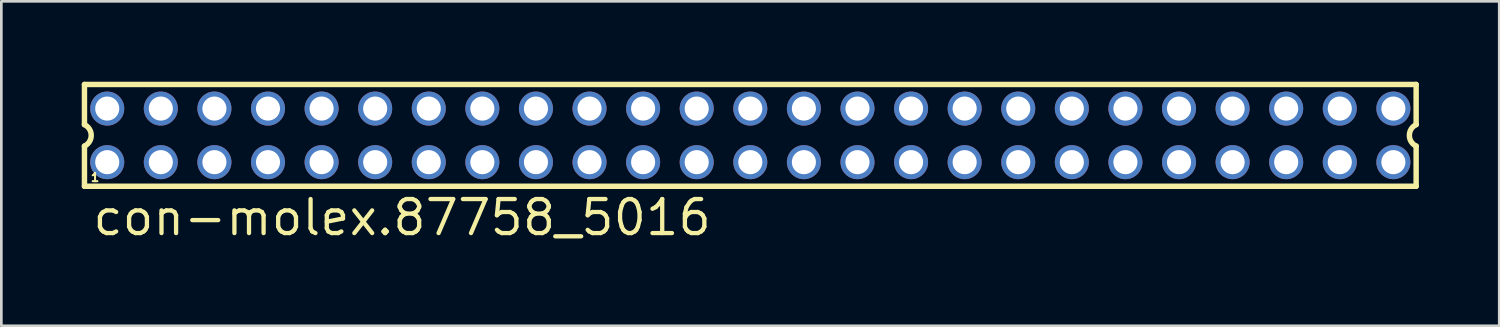
<source format=kicad_pcb>
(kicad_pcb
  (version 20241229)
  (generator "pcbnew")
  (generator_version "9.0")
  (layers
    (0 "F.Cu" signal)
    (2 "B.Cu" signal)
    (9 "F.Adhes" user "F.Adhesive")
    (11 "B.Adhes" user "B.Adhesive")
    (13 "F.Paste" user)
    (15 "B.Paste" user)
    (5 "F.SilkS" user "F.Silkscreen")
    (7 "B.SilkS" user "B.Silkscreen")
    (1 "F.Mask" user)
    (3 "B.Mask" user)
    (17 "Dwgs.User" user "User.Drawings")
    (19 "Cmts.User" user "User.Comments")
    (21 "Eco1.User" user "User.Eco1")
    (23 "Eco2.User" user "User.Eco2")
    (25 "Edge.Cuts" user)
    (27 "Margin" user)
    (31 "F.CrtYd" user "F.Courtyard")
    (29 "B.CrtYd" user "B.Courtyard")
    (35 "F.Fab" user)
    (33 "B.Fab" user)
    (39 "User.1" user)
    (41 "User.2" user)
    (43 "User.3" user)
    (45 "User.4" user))
  (footprint "con-molex.87758_5016"
    (layer "F.Cu")
    (at 24.952 2.002)
    (property "Reference" "con-molex.87758_5016" (at -24.62 3.81 0) (layer "F.SilkS") (effects (font (size 1.27 1.27) (thickness 0.16)) (justify left bottom)))
    (attr through_hole)
    (fp_line (start -24.85 -1.9) (end -24.85 -0.4) (stroke (width 0.203) (type default)) (layer "F.SilkS"))
    (fp_line (start -24.85 0.4) (end -24.85 1.9) (stroke (width 0.203) (type default)) (layer "F.SilkS"))
    (fp_line (start -24.85 1.9) (end 24.85 1.9) (stroke (width 0.203) (type default)) (layer "F.SilkS"))
    (fp_line (start 24.85 -1.9) (end -24.85 -1.9) (stroke (width 0.203) (type default)) (layer "F.SilkS"))
    (fp_line (start 24.85 -0.4) (end 24.85 -1.9) (stroke (width 0.203) (type default)) (layer "F.SilkS"))
    (fp_line (start 24.85 1.9) (end 24.85 0.4) (stroke (width 0.203) (type default)) (layer "F.SilkS"))
    (fp_arc (start -24.85 -0.4) (mid -24.597168 0) (end -24.85 0.4) (stroke (width 0.2032) (type default)) (layer "F.SilkS"))
    (fp_arc (start 24.85 0.4) (mid 24.597168 0) (end 24.85 -0.4) (stroke (width 0.2032) (type default)) (layer "F.SilkS"))
    (fp_rect (start -24.25 -0.75) (end -23.75 -1.25) (stroke (width 0.05) (type default)) (fill no) (layer "F.Fab"))
    (fp_rect (start -24.25 1.25) (end -23.75 0.75) (stroke (width 0.05) (type default)) (fill no) (layer "F.Fab"))
    (fp_rect (start -22.25 -0.75) (end -21.75 -1.25) (stroke (width 0.05) (type default)) (fill no) (layer "F.Fab"))
    (fp_rect (start -22.25 1.25) (end -21.75 0.75) (stroke (width 0.05) (type default)) (fill no) (layer "F.Fab"))
    (fp_rect (start -20.25 -0.75) (end -19.75 -1.25) (stroke (width 0.05) (type default)) (fill no) (layer "F.Fab"))
    (fp_rect (start -20.25 1.25) (end -19.75 0.75) (stroke (width 0.05) (type default)) (fill no) (layer "F.Fab"))
    (fp_rect (start -18.25 -0.75) (end -17.75 -1.25) (stroke (width 0.05) (type default)) (fill no) (layer "F.Fab"))
    (fp_rect (start -18.25 1.25) (end -17.75 0.75) (stroke (width 0.05) (type default)) (fill no) (layer "F.Fab"))
    (fp_rect (start -16.25 -0.75) (end -15.75 -1.25) (stroke (width 0.05) (type default)) (fill no) (layer "F.Fab"))
    (fp_rect (start -16.25 1.25) (end -15.75 0.75) (stroke (width 0.05) (type default)) (fill no) (layer "F.Fab"))
    (fp_rect (start -14.25 -0.75) (end -13.75 -1.25) (stroke (width 0.05) (type default)) (fill no) (layer "F.Fab"))
    (fp_rect (start -14.25 1.25) (end -13.75 0.75) (stroke (width 0.05) (type default)) (fill no) (layer "F.Fab"))
    (fp_rect (start -12.25 -0.75) (end -11.75 -1.25) (stroke (width 0.05) (type default)) (fill no) (layer "F.Fab"))
    (fp_rect (start -12.25 1.25) (end -11.75 0.75) (stroke (width 0.05) (type default)) (fill no) (layer "F.Fab"))
    (fp_rect (start -10.25 -0.75) (end -9.75 -1.25) (stroke (width 0.05) (type default)) (fill no) (layer "F.Fab"))
    (fp_rect (start -10.25 1.25) (end -9.75 0.75) (stroke (width 0.05) (type default)) (fill no) (layer "F.Fab"))
    (fp_rect (start -8.25 -0.75) (end -7.75 -1.25) (stroke (width 0.05) (type default)) (fill no) (layer "F.Fab"))
    (fp_rect (start -8.25 1.25) (end -7.75 0.75) (stroke (width 0.05) (type default)) (fill no) (layer "F.Fab"))
    (fp_rect (start -6.25 -0.75) (end -5.75 -1.25) (stroke (width 0.05) (type default)) (fill no) (layer "F.Fab"))
    (fp_rect (start -6.25 1.25) (end -5.75 0.75) (stroke (width 0.05) (type default)) (fill no) (layer "F.Fab"))
    (fp_rect (start -4.25 -0.75) (end -3.75 -1.25) (stroke (width 0.05) (type default)) (fill no) (layer "F.Fab"))
    (fp_rect (start -4.25 1.25) (end -3.75 0.75) (stroke (width 0.05) (type default)) (fill no) (layer "F.Fab"))
    (fp_rect (start -2.25 -0.75) (end -1.75 -1.25) (stroke (width 0.05) (type default)) (fill no) (layer "F.Fab"))
    (fp_rect (start -2.25 1.25) (end -1.75 0.75) (stroke (width 0.05) (type default)) (fill no) (layer "F.Fab"))
    (fp_rect (start -0.25 -0.75) (end 0.25 -1.25) (stroke (width 0.05) (type default)) (fill no) (layer "F.Fab"))
    (fp_rect (start -0.25 1.25) (end 0.25 0.75) (stroke (width 0.05) (type default)) (fill no) (layer "F.Fab"))
    (fp_rect (start 1.75 -0.75) (end 2.25 -1.25) (stroke (width 0.05) (type default)) (fill no) (layer "F.Fab"))
    (fp_rect (start 1.75 1.25) (end 2.25 0.75) (stroke (width 0.05) (type default)) (fill no) (layer "F.Fab"))
    (fp_rect (start 3.75 -0.75) (end 4.25 -1.25) (stroke (width 0.05) (type default)) (fill no) (layer "F.Fab"))
    (fp_rect (start 3.75 1.25) (end 4.25 0.75) (stroke (width 0.05) (type default)) (fill no) (layer "F.Fab"))
    (fp_rect (start 5.75 -0.75) (end 6.25 -1.25) (stroke (width 0.05) (type default)) (fill no) (layer "F.Fab"))
    (fp_rect (start 5.75 1.25) (end 6.25 0.75) (stroke (width 0.05) (type default)) (fill no) (layer "F.Fab"))
    (fp_rect (start 7.75 -0.75) (end 8.25 -1.25) (stroke (width 0.05) (type default)) (fill no) (layer "F.Fab"))
    (fp_rect (start 7.75 1.25) (end 8.25 0.75) (stroke (width 0.05) (type default)) (fill no) (layer "F.Fab"))
    (fp_rect (start 9.75 -0.75) (end 10.25 -1.25) (stroke (width 0.05) (type default)) (fill no) (layer "F.Fab"))
    (fp_rect (start 9.75 1.25) (end 10.25 0.75) (stroke (width 0.05) (type default)) (fill no) (layer "F.Fab"))
    (fp_rect (start 11.75 -0.75) (end 12.25 -1.25) (stroke (width 0.05) (type default)) (fill no) (layer "F.Fab"))
    (fp_rect (start 11.75 1.25) (end 12.25 0.75) (stroke (width 0.05) (type default)) (fill no) (layer "F.Fab"))
    (fp_rect (start 13.75 -0.75) (end 14.25 -1.25) (stroke (width 0.05) (type default)) (fill no) (layer "F.Fab"))
    (fp_rect (start 13.75 1.25) (end 14.25 0.75) (stroke (width 0.05) (type default)) (fill no) (layer "F.Fab"))
    (fp_rect (start 15.75 -0.75) (end 16.25 -1.25) (stroke (width 0.05) (type default)) (fill no) (layer "F.Fab"))
    (fp_rect (start 15.75 1.25) (end 16.25 0.75) (stroke (width 0.05) (type default)) (fill no) (layer "F.Fab"))
    (fp_rect (start 17.75 -0.75) (end 18.25 -1.25) (stroke (width 0.05) (type default)) (fill no) (layer "F.Fab"))
    (fp_rect (start 17.75 1.25) (end 18.25 0.75) (stroke (width 0.05) (type default)) (fill no) (layer "F.Fab"))
    (fp_rect (start 19.75 -0.75) (end 20.25 -1.25) (stroke (width 0.05) (type default)) (fill no) (layer "F.Fab"))
    (fp_rect (start 19.75 1.25) (end 20.25 0.75) (stroke (width 0.05) (type default)) (fill no) (layer "F.Fab"))
    (fp_rect (start 21.75 -0.75) (end 22.25 -1.25) (stroke (width 0.05) (type default)) (fill no) (layer "F.Fab"))
    (fp_rect (start 21.75 1.25) (end 22.25 0.75) (stroke (width 0.05) (type default)) (fill no) (layer "F.Fab"))
    (fp_rect (start 23.75 -0.75) (end 24.25 -1.25) (stroke (width 0.05) (type default)) (fill no) (layer "F.Fab"))
    (fp_rect (start 23.75 1.25) (end 24.25 0.75) (stroke (width 0.05) (type default)) (fill no) (layer "F.Fab"))
    (fp_text user "1" (at -24.65 1.75 0) (layer "F.SilkS") (effects (font (size 0.305 0.305) (thickness 0.15)) (justify left bottom)))
    (pad "1" thru_hole circle (at -24 1) (size 1.27 1.27) (drill 0.9) (layers "*.Cu" "*.Mask"))
    (pad "2" thru_hole circle (at -24 -1) (size 1.27 1.27) (drill 0.9) (layers "*.Cu" "*.Mask"))
    (pad "3" thru_hole circle (at -22 1) (size 1.27 1.27) (drill 0.9) (layers "*.Cu" "*.Mask"))
    (pad "4" thru_hole circle (at -22 -1) (size 1.27 1.27) (drill 0.9) (layers "*.Cu" "*.Mask"))
    (pad "5" thru_hole circle (at -20 1) (size 1.27 1.27) (drill 0.9) (layers "*.Cu" "*.Mask"))
    (pad "6" thru_hole circle (at -20 -1) (size 1.27 1.27) (drill 0.9) (layers "*.Cu" "*.Mask"))
    (pad "7" thru_hole circle (at -18 1) (size 1.27 1.27) (drill 0.9) (layers "*.Cu" "*.Mask"))
    (pad "8" thru_hole circle (at -18 -1) (size 1.27 1.27) (drill 0.9) (layers "*.Cu" "*.Mask"))
    (pad "9" thru_hole circle (at -16 1) (size 1.27 1.27) (drill 0.9) (layers "*.Cu" "*.Mask"))
    (pad "10" thru_hole circle (at -16 -1) (size 1.27 1.27) (drill 0.9) (layers "*.Cu" "*.Mask"))
    (pad "11" thru_hole circle (at -14 1) (size 1.27 1.27) (drill 0.9) (layers "*.Cu" "*.Mask"))
    (pad "12" thru_hole circle (at -14 -1) (size 1.27 1.27) (drill 0.9) (layers "*.Cu" "*.Mask"))
    (pad "13" thru_hole circle (at -12 1) (size 1.27 1.27) (drill 0.9) (layers "*.Cu" "*.Mask"))
    (pad "14" thru_hole circle (at -12 -1) (size 1.27 1.27) (drill 0.9) (layers "*.Cu" "*.Mask"))
    (pad "15" thru_hole circle (at -10 1) (size 1.27 1.27) (drill 0.9) (layers "*.Cu" "*.Mask"))
    (pad "16" thru_hole circle (at -10 -1) (size 1.27 1.27) (drill 0.9) (layers "*.Cu" "*.Mask"))
    (pad "17" thru_hole circle (at -8 1) (size 1.27 1.27) (drill 0.9) (layers "*.Cu" "*.Mask"))
    (pad "18" thru_hole circle (at -8 -1) (size 1.27 1.27) (drill 0.9) (layers "*.Cu" "*.Mask"))
    (pad "19" thru_hole circle (at -6 1) (size 1.27 1.27) (drill 0.9) (layers "*.Cu" "*.Mask"))
    (pad "20" thru_hole circle (at -6 -1) (size 1.27 1.27) (drill 0.9) (layers "*.Cu" "*.Mask"))
    (pad "21" thru_hole circle (at -4 1) (size 1.27 1.27) (drill 0.9) (layers "*.Cu" "*.Mask"))
    (pad "22" thru_hole circle (at -4 -1) (size 1.27 1.27) (drill 0.9) (layers "*.Cu" "*.Mask"))
    (pad "23" thru_hole circle (at -2 1) (size 1.27 1.27) (drill 0.9) (layers "*.Cu" "*.Mask"))
    (pad "24" thru_hole circle (at -2 -1) (size 1.27 1.27) (drill 0.9) (layers "*.Cu" "*.Mask"))
    (pad "25" thru_hole circle (at 0 1) (size 1.27 1.27) (drill 0.9) (layers "*.Cu" "*.Mask"))
    (pad "26" thru_hole circle (at 0 -1) (size 1.27 1.27) (drill 0.9) (layers "*.Cu" "*.Mask"))
    (pad "27" thru_hole circle (at 2 1) (size 1.27 1.27) (drill 0.9) (layers "*.Cu" "*.Mask"))
    (pad "28" thru_hole circle (at 2 -1) (size 1.27 1.27) (drill 0.9) (layers "*.Cu" "*.Mask"))
    (pad "29" thru_hole circle (at 4 1) (size 1.27 1.27) (drill 0.9) (layers "*.Cu" "*.Mask"))
    (pad "30" thru_hole circle (at 4 -1) (size 1.27 1.27) (drill 0.9) (layers "*.Cu" "*.Mask"))
    (pad "31" thru_hole circle (at 6 1) (size 1.27 1.27) (drill 0.9) (layers "*.Cu" "*.Mask"))
    (pad "32" thru_hole circle (at 6 -1) (size 1.27 1.27) (drill 0.9) (layers "*.Cu" "*.Mask"))
    (pad "33" thru_hole circle (at 8 1) (size 1.27 1.27) (drill 0.9) (layers "*.Cu" "*.Mask"))
    (pad "34" thru_hole circle (at 8 -1) (size 1.27 1.27) (drill 0.9) (layers "*.Cu" "*.Mask"))
    (pad "35" thru_hole circle (at 10 1) (size 1.27 1.27) (drill 0.9) (layers "*.Cu" "*.Mask"))
    (pad "36" thru_hole circle (at 10 -1) (size 1.27 1.27) (drill 0.9) (layers "*.Cu" "*.Mask"))
    (pad "37" thru_hole circle (at 12 1) (size 1.27 1.27) (drill 0.9) (layers "*.Cu" "*.Mask"))
    (pad "38" thru_hole circle (at 12 -1) (size 1.27 1.27) (drill 0.9) (layers "*.Cu" "*.Mask"))
    (pad "39" thru_hole circle (at 14 1) (size 1.27 1.27) (drill 0.9) (layers "*.Cu" "*.Mask"))
    (pad "40" thru_hole circle (at 14 -1) (size 1.27 1.27) (drill 0.9) (layers "*.Cu" "*.Mask"))
    (pad "41" thru_hole circle (at 16 1) (size 1.27 1.27) (drill 0.9) (layers "*.Cu" "*.Mask"))
    (pad "42" thru_hole circle (at 16 -1) (size 1.27 1.27) (drill 0.9) (layers "*.Cu" "*.Mask"))
    (pad "43" thru_hole circle (at 18 1) (size 1.27 1.27) (drill 0.9) (layers "*.Cu" "*.Mask"))
    (pad "44" thru_hole circle (at 18 -1) (size 1.27 1.27) (drill 0.9) (layers "*.Cu" "*.Mask"))
    (pad "45" thru_hole circle (at 20 1) (size 1.27 1.27) (drill 0.9) (layers "*.Cu" "*.Mask"))
    (pad "46" thru_hole circle (at 20 -1) (size 1.27 1.27) (drill 0.9) (layers "*.Cu" "*.Mask"))
    (pad "47" thru_hole circle (at 22 1) (size 1.27 1.27) (drill 0.9) (layers "*.Cu" "*.Mask"))
    (pad "48" thru_hole circle (at 22 -1) (size 1.27 1.27) (drill 0.9) (layers "*.Cu" "*.Mask"))
    (pad "49" thru_hole circle (at 24 1) (size 1.27 1.27) (drill 0.9) (layers "*.Cu" "*.Mask"))
    (pad "50" thru_hole circle (at 24 -1) (size 1.27 1.27) (drill 0.9) (layers "*.Cu" "*.Mask")))
  (gr_rect
    (start -3 -3)
    (end 52.903 9.109)
    (stroke (width 0.1) (type default))
    (fill no)
    (layer "Edge.Cuts")))
</source>
